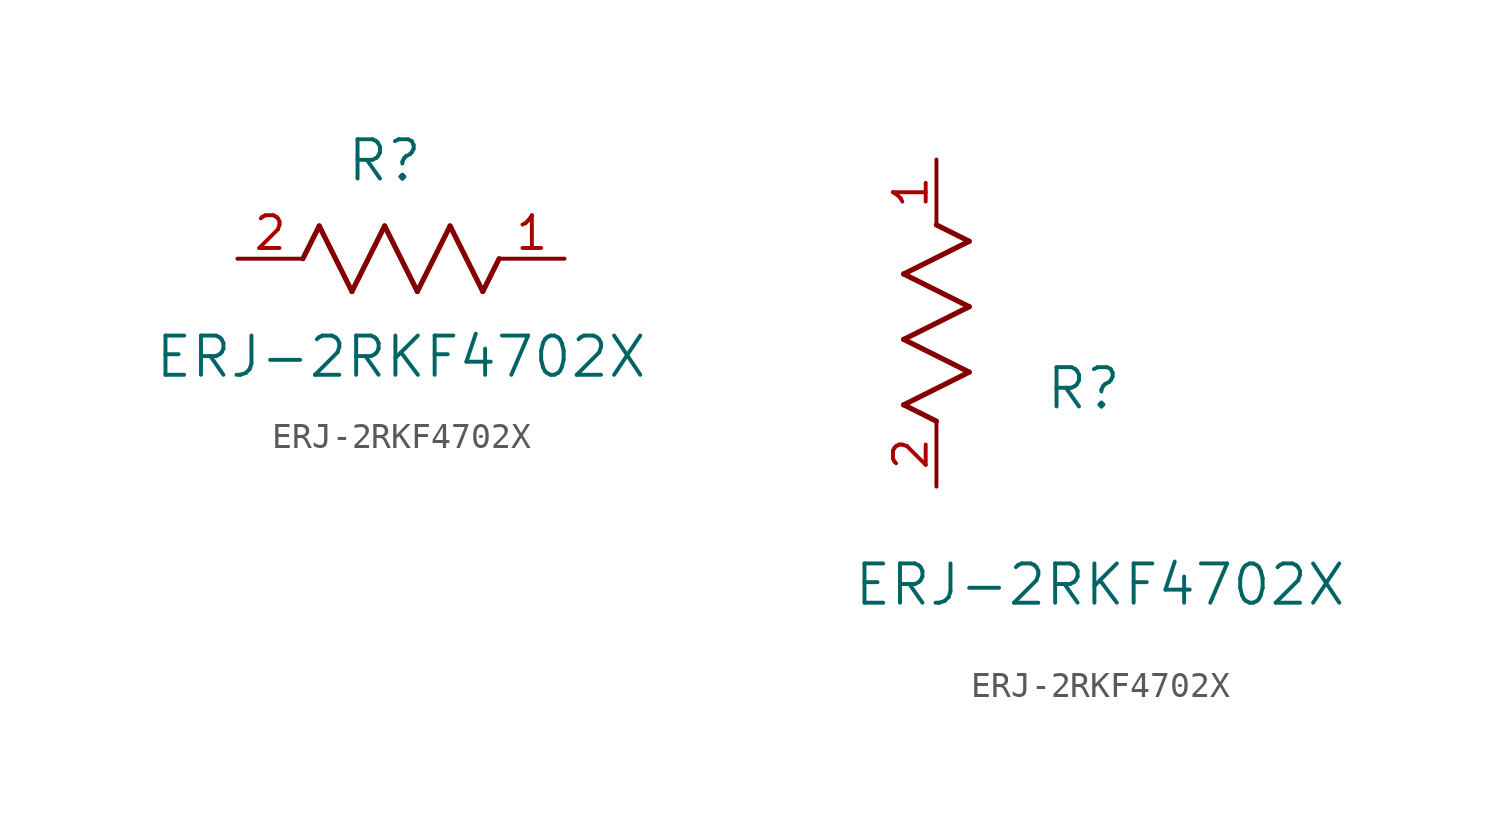
<source format=kicad_sym>
(kicad_symbol_lib
  (version 20211014)
  (generator kicad_symbol_editor)
  (symbol "ERJ-2RKF4702X"
    (pin_names
      (offset 0.254))
    (property "Reference" "R"
      (at 5.715 3.81 0)
      (effects (font (size 1.524 1.524))))
    (property "Value" "ERJ-2RKF4702X"
      (at 6.35 -3.81 0)
      (effects (font (size 1.524 1.524))))
    (symbol "ERJ-2RKF4702X_1_1"
      (polyline (pts (xy 3.175 1.27) (xy 4.445 -1.27)) (stroke (width 0.203) (type default) (color 0 0 0 0)) (fill (type none)))
      (polyline (pts (xy 4.445 -1.27) (xy 5.715 1.27)) (stroke (width 0.203) (type default) (color 0 0 0 0)) (fill (type none)))
      (polyline (pts (xy 5.715 1.27) (xy 6.985 -1.27)) (stroke (width 0.203) (type default) (color 0 0 0 0)) (fill (type none)))
      (polyline (pts (xy 6.985 -1.27) (xy 8.255 1.27)) (stroke (width 0.203) (type default) (color 0 0 0 0)) (fill (type none)))
      (polyline (pts (xy 8.255 1.27) (xy 9.525 -1.27)) (stroke (width 0.203) (type default) (color 0 0 0 0)) (fill (type none)))
      (polyline (pts (xy 2.54 0) (xy 3.175 1.27)) (stroke (width 0.203) (type default) (color 0 0 0 0)) (fill (type none)))
      (polyline (pts (xy 9.525 -1.27) (xy 10.16 0)) (stroke (width 0.203) (type default) (color 0 0 0 0)) (fill (type none)))
      (pin unspecified line (at 12.7 0 180) (length 2.54) (name "" (effects (font (size 1.27 1.27)))) (number "1" (effects (font (size 1.27 1.27)))))
      (pin unspecified line (at 0 0 0) (length 2.54) (name "" (effects (font (size 1.27 1.27)))) (number "2" (effects (font (size 1.27 1.27))))))
    (symbol "ERJ-2RKF4702X_1_2"
      (polyline (pts (xy 0 2.54) (xy -1.27 3.175)) (stroke (width 0.203) (type default) (color 0 0 0 0)) (fill (type none)))
      (polyline (pts (xy -1.27 3.175) (xy 1.27 4.445)) (stroke (width 0.203) (type default) (color 0 0 0 0)) (fill (type none)))
      (polyline (pts (xy 1.27 4.445) (xy -1.27 5.715)) (stroke (width 0.203) (type default) (color 0 0 0 0)) (fill (type none)))
      (polyline (pts (xy -1.27 5.715) (xy 1.27 6.985)) (stroke (width 0.203) (type default) (color 0 0 0 0)) (fill (type none)))
      (polyline (pts (xy -1.27 8.255) (xy 1.27 9.525)) (stroke (width 0.203) (type default) (color 0 0 0 0)) (fill (type none)))
      (polyline (pts (xy 1.27 9.525) (xy 0 10.16)) (stroke (width 0.203) (type default) (color 0 0 0 0)) (fill (type none)))
      (polyline (pts (xy 1.27 6.985) (xy -1.27 8.255)) (stroke (width 0.203) (type default) (color 0 0 0 0)) (fill (type none)))
      (pin unspecified line (at 0 12.7 270) (length 2.54) (name "" (effects (font (size 1.27 1.27)))) (number "1" (effects (font (size 1.27 1.27)))))
      (pin unspecified line (at 0 0 90) (length 2.54) (name "" (effects (font (size 1.27 1.27)))) (number "2" (effects (font (size 1.27 1.27))))))))
</source>
